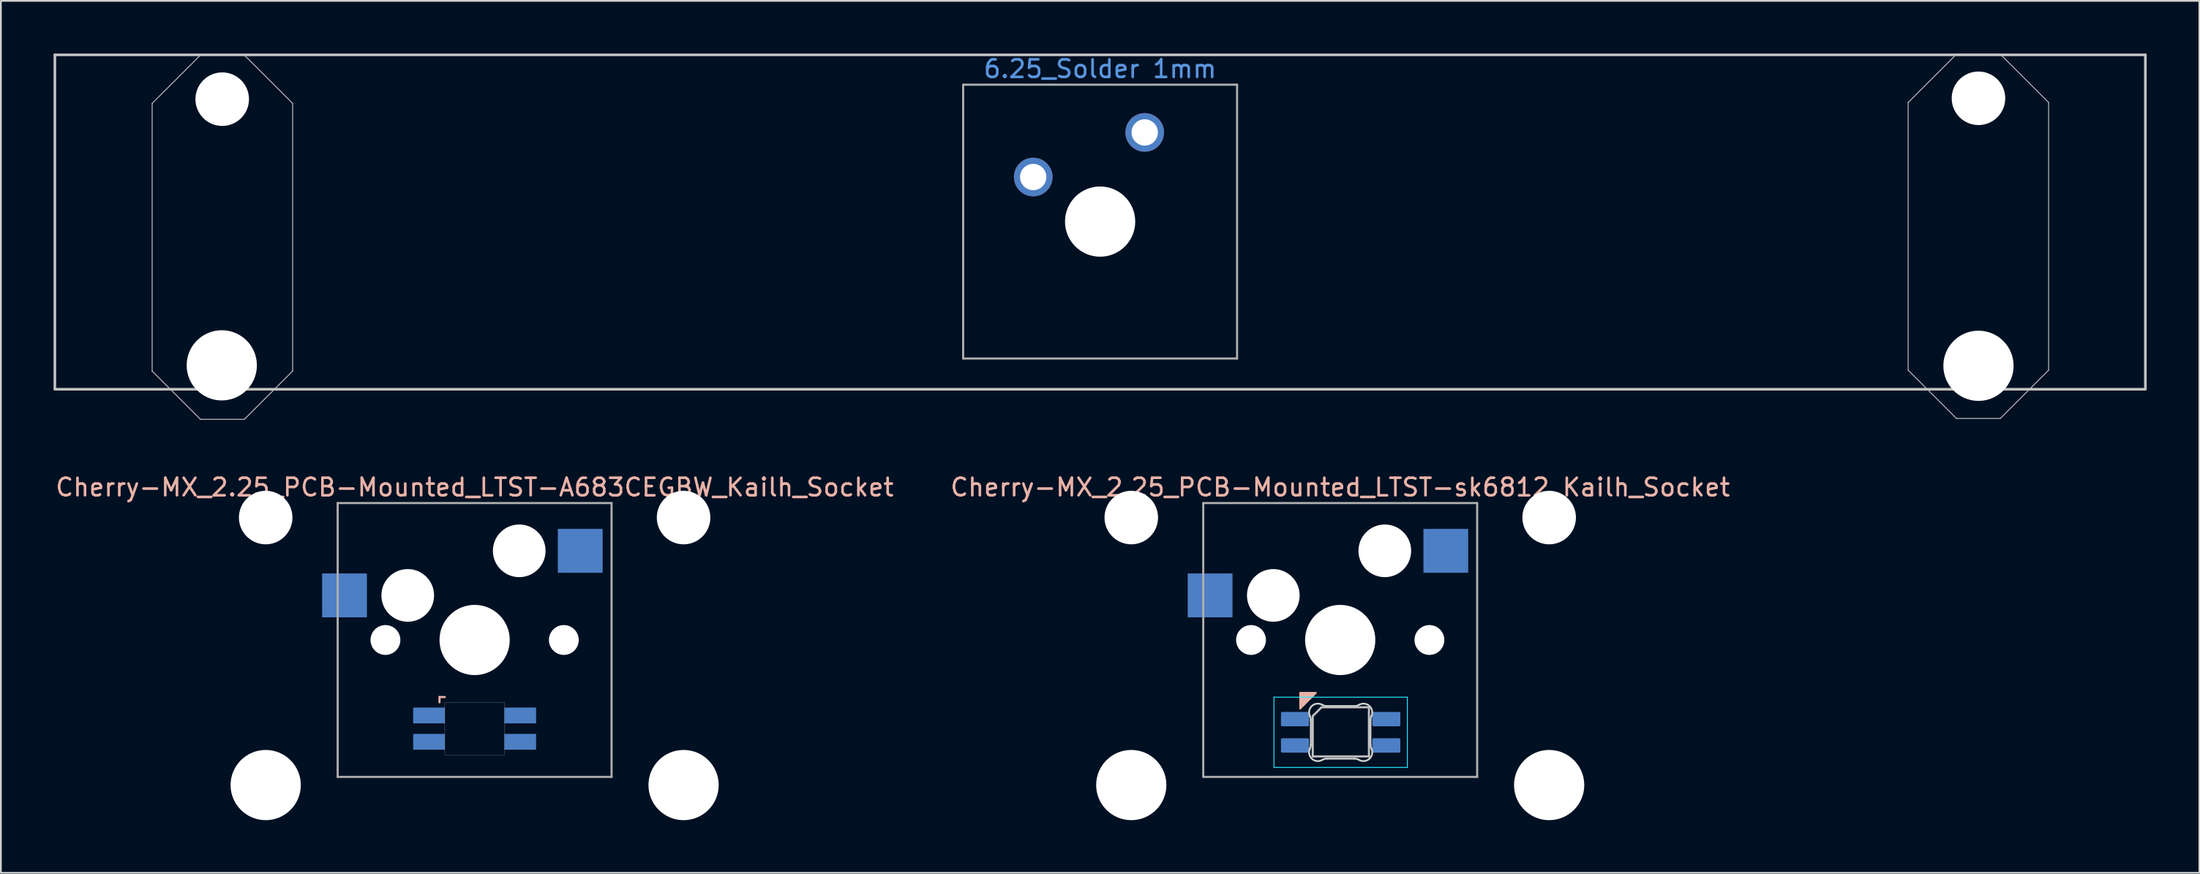
<source format=kicad_pcb>
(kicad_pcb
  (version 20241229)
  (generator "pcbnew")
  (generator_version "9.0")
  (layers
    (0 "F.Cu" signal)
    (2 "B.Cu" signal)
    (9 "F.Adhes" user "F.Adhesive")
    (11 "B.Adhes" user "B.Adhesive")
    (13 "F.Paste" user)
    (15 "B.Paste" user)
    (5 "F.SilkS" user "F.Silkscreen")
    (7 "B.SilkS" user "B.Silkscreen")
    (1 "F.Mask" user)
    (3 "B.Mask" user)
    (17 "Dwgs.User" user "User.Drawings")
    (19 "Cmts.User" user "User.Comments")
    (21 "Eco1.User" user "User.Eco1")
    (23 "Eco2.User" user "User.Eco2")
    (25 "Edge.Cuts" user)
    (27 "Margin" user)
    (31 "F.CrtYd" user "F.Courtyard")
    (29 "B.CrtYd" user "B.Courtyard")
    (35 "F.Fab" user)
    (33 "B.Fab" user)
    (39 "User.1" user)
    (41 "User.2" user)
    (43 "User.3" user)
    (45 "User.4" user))
  (footprint "Cherry-MX_2.25_PCB-Mounted_LTST-A683CEGBW_Kailh_Socket"
    (layer "F.Cu")
    (at 23.982 33.412)
    (property "Reference" "Cherry-MX_2.25_PCB-Mounted_LTST-A683CEGBW_Kailh_Socket" (at 0 -8.7 0) (layer "B.SilkS") (effects (font (size 1 1) (thickness 0.15))))
    (attr smd)
    (fp_line (start -2 3.25) (end -2 3.55) (stroke (width 0.12) (type solid)) (layer "B.SilkS"))
    (fp_line (start -1.7 3.25) (end -2 3.25) (stroke (width 0.12) (type solid)) (layer "B.SilkS"))
    (fp_poly (pts (xy 1.7 6.55) (xy -1.7 6.55) (xy -1.7 3.55) (xy 1.7 3.55)) (stroke (width 0.01) (type solid)) (fill no) (layer "Edge.Cuts"))
    (fp_line (start -7.8 -7.8) (end 7.8 -7.8) (stroke (width 0.12) (type solid)) (layer "F.Fab"))
    (fp_line (start -7.8 7.8) (end -7.8 -7.8) (stroke (width 0.12) (type solid)) (layer "F.Fab"))
    (fp_line (start 7.8 7.8) (end -7.8 7.8) (stroke (width 0.12) (type solid)) (layer "F.Fab"))
    (fp_line (start 7.8 7.8) (end 7.8 -7.8) (stroke (width 0.12) (type solid)) (layer "F.Fab"))
    (pad "" np_thru_hole circle (at -11.9 -6.975) (size 3.05 3.05) (drill 3.05) (layers "*.Cu" "*.Mask"))
    (pad "" np_thru_hole circle (at -11.9 8.265) (size 4 4) (drill 4) (layers "*.Cu" "*.Mask"))
    (pad "" np_thru_hole circle (at -5.08 0) (size 1.7 1.7) (drill 1.7) (layers "*.Cu" "*.Mask"))
    (pad "" np_thru_hole circle (at -3.81 -2.54) (size 3 3) (drill 3) (layers "*.Cu" "*.Mask"))
    (pad "" np_thru_hole circle (at 0 0) (size 4 4) (drill 4) (layers "*.Cu" "*.Mask"))
    (pad "" np_thru_hole circle (at 2.54 -5.08) (size 3 3) (drill 3) (layers "*.Cu" "*.Mask"))
    (pad "" np_thru_hole circle (at 5.08 0) (size 1.7 1.7) (drill 1.7) (layers "*.Cu" "*.Mask"))
    (pad "" np_thru_hole circle (at 11.9 -6.975) (size 3.05 3.05) (drill 3.05) (layers "*.Cu" "*.Mask"))
    (pad "" np_thru_hole circle (at 11.9 8.265) (size 4 4) (drill 4) (layers "*.Cu" "*.Mask"))
    (pad "1" smd rect (at -2.6 4.3) (size 1.8 0.9) (layers "B.Cu" "B.Mask" "B.Paste"))
    (pad "2" smd rect (at -2.6 5.8) (size 1.8 0.9) (layers "B.Cu" "B.Mask" "B.Paste"))
    (pad "3" smd rect (at 2.6 4.3) (size 1.8 0.9) (layers "B.Cu" "B.Mask" "B.Paste"))
    (pad "4" smd rect (at 2.6 5.8) (size 1.8 0.9) (layers "B.Cu" "B.Mask" "B.Paste"))
    (pad "5" smd rect (at -7.41 -2.54) (size 2.55 2.5) (layers "B.Cu" "B.Mask" "B.Paste"))
    (pad "6" smd rect (at 6.015 -5.08) (size 2.55 2.5) (layers "B.Cu" "B.Mask" "B.Paste")))
  (footprint "6.25_Solder 1mm"
    (layer "F.Cu")
    (at 59.606 9.575)
    (property "Reference" "6.25_Solder 1mm" (at 0 -8.7 0) (layer "Cmts.User") (effects (font (size 1 1) (thickness 0.15))))
    (attr smd)
    (fp_line (start -59.531 -9.5) (end 59.531 -9.5) (stroke (width 0.15) (type solid)) (layer "Dwgs.User"))
    (fp_line (start -59.531 9.55) (end -59.531 -9.5) (stroke (width 0.15) (type solid)) (layer "Dwgs.User"))
    (fp_line (start -53.99 -6.735) (end -53.99 8.515) (stroke (width 0.05) (type solid)) (layer "Dwgs.User"))
    (fp_line (start -53.99 -6.735) (end -51.24 -9.485) (stroke (width 0.05) (type solid)) (layer "Dwgs.User"))
    (fp_line (start -51.24 -9.485) (end -48.74 -9.485) (stroke (width 0.05) (type solid)) (layer "Dwgs.User"))
    (fp_line (start -51.24 11.265) (end -53.99 8.515) (stroke (width 0.05) (type solid)) (layer "Dwgs.User"))
    (fp_line (start -48.74 11.265) (end -51.24 11.265) (stroke (width 0.05) (type solid)) (layer "Dwgs.User"))
    (fp_line (start -45.99 8.515) (end -48.74 11.265) (stroke (width 0.05) (type solid)) (layer "Dwgs.User"))
    (fp_line (start -45.99 -6.735) (end -48.74 -9.485) (stroke (width 0.05) (type solid)) (layer "Dwgs.User"))
    (fp_line (start -45.99 -6.735) (end -45.99 8.515) (stroke (width 0.05) (type solid)) (layer "Dwgs.User"))
    (fp_line (start 46.02 -6.785) (end 46.02 8.465) (stroke (width 0.05) (type solid)) (layer "Dwgs.User"))
    (fp_line (start 46.02 -6.785) (end 48.77 -9.535) (stroke (width 0.05) (type solid)) (layer "Dwgs.User"))
    (fp_line (start 48.77 -9.535) (end 51.27 -9.535) (stroke (width 0.05) (type solid)) (layer "Dwgs.User"))
    (fp_line (start 48.77 11.215) (end 46.02 8.465) (stroke (width 0.05) (type solid)) (layer "Dwgs.User"))
    (fp_line (start 51.27 11.215) (end 48.77 11.215) (stroke (width 0.05) (type solid)) (layer "Dwgs.User"))
    (fp_line (start 54.02 8.465) (end 51.27 11.215) (stroke (width 0.05) (type solid)) (layer "Dwgs.User"))
    (fp_line (start 54.02 -6.785) (end 51.27 -9.535) (stroke (width 0.05) (type solid)) (layer "Dwgs.User"))
    (fp_line (start 54.02 -6.785) (end 54.02 8.465) (stroke (width 0.05) (type solid)) (layer "Dwgs.User"))
    (fp_line (start 59.531 -9.5) (end 59.531 9.55) (stroke (width 0.15) (type solid)) (layer "Dwgs.User"))
    (fp_line (start 59.531 9.55) (end -59.531 9.55) (stroke (width 0.15) (type solid)) (layer "Dwgs.User"))
    (fp_line (start -7.8 -7.8) (end 7.8 -7.8) (stroke (width 0.12) (type solid)) (layer "F.Fab"))
    (fp_line (start -7.8 7.8) (end -7.8 -7.8) (stroke (width 0.12) (type solid)) (layer "F.Fab"))
    (fp_line (start 7.8 7.8) (end -7.8 7.8) (stroke (width 0.12) (type solid)) (layer "F.Fab"))
    (fp_line (start 7.8 7.8) (end 7.8 -7.8) (stroke (width 0.12) (type solid)) (layer "F.Fab"))
    (pad "" np_thru_hole circle (at -50.025 8.189) (size 4 4) (drill 4) (layers "*.Cu" "*.Mask"))
    (pad "" np_thru_hole circle (at -50 -6.975) (size 3.05 3.05) (drill 3.05) (layers "*.Cu" "*.Mask"))
    (pad "" np_thru_hole circle (at 0 0) (size 4 4) (drill 4) (layers "*.Cu" "*.Mask"))
    (pad "" np_thru_hole circle (at 50.025 -7.025) (size 3.05 3.05) (drill 3.05) (layers "*.Cu" "*.Mask"))
    (pad "" np_thru_hole circle (at 50.025 8.215) (size 4 4) (drill 4) (layers "*.Cu" "*.Mask"))
    (pad "1" thru_hole circle (at -3.81 -2.54) (size 2.2 2.2) (drill 1.5) (layers "*.Cu" "*.Mask"))
    (pad "2" thru_hole circle (at 2.54 -5.08) (size 2.2 2.2) (drill 1.5) (layers "*.Cu" "*.Mask")))
  (footprint "Cherry-MX_2.25_PCB-Mounted_LTST-sk6812_Kailh_Socket"
    (layer "F.Cu")
    (at 73.28 33.412)
    (property "Reference" "Cherry-MX_2.25_PCB-Mounted_LTST-sk6812_Kailh_Socket" (at 0 -8.7 0) (layer "B.SilkS") (effects (font (size 1 1) (thickness 0.15))))
    (attr smd)
    (fp_poly (pts (xy -2.281 3.909) (xy -1.381 3.009) (xy -2.281 3.009)) (stroke (width 0.1) (type solid)) (fill yes) (layer "B.SilkS"))
    (fp_line (start -1.564 4.334) (end -1.564 6.634) (stroke (width 0.12) (type solid)) (layer "Dwgs.User"))
    (fp_line (start -1.564 4.334) (end -1.064 3.834) (stroke (width 0.12) (type solid)) (layer "Dwgs.User"))
    (fp_line (start -1.564 6.634) (end 1.636 6.634) (stroke (width 0.12) (type solid)) (layer "Dwgs.User"))
    (fp_line (start 1.636 3.834) (end -1.064 3.834) (stroke (width 0.12) (type solid)) (layer "Dwgs.User"))
    (fp_line (start 1.636 6.634) (end 1.636 3.834) (stroke (width 0.12) (type solid)) (layer "Dwgs.User"))
    (fp_line (start -1.675 5.966) (end -1.675 4.56) (stroke (width 0.1) (type solid)) (layer "Edge.Cuts"))
    (fp_line (start -0.769 3.763) (end 0.82 3.763) (stroke (width 0.1) (type solid)) (layer "Edge.Cuts"))
    (fp_line (start 0.82 6.763) (end -0.769 6.763) (stroke (width 0.1) (type solid)) (layer "Edge.Cuts"))
    (fp_line (start 1.725 4.56) (end 1.725 5.966) (stroke (width 0.1) (type solid)) (layer "Edge.Cuts"))
    (fp_arc (start -1.724104 4.343116) (mid -1.612653 3.758829) (end -1.021311 3.69458) (stroke (width 0.1) (type solid)) (layer "Edge.Cuts"))
    (fp_arc (start -1.724084 4.343159) (mid -1.687127 4.448811) (end -1.674599 4.560037) (stroke (width 0.1) (type solid)) (layer "Edge.Cuts"))
    (fp_arc (start -1.674599 5.965722) (mid -1.687127 6.076947) (end -1.724084 6.182599) (stroke (width 0.1) (type solid)) (layer "Edge.Cuts"))
    (fp_arc (start -1.021311 6.831176) (mid -1.61267 6.766913) (end -1.724084 6.182599) (stroke (width 0.1) (type solid)) (layer "Edge.Cuts"))
    (fp_arc (start -1.02131 6.831178) (mid -0.899722 6.780256) (end -0.769052 6.762879) (stroke (width 0.1) (type solid)) (layer "Edge.Cuts"))
    (fp_arc (start -0.769053 3.762879) (mid -0.899723 3.745502) (end -1.021311 3.69458) (stroke (width 0.1) (type solid)) (layer "Edge.Cuts"))
    (fp_arc (start 0.819852 6.762879) (mid 0.950523 6.780256) (end 1.072111 6.831178) (stroke (width 0.1) (type solid)) (layer "Edge.Cuts"))
    (fp_arc (start 1.072111 3.694581) (mid 0.950523 3.745503) (end 0.819853 3.76288) (stroke (width 0.1) (type solid)) (layer "Edge.Cuts"))
    (fp_arc (start 1.072111 3.694581) (mid 1.663471 3.758845) (end 1.774884 4.343159) (stroke (width 0.1) (type solid)) (layer "Edge.Cuts"))
    (fp_arc (start 1.725399 4.560036) (mid 1.737927 4.448811) (end 1.774884 4.343159) (stroke (width 0.1) (type solid)) (layer "Edge.Cuts"))
    (fp_arc (start 1.774884 6.182598) (mid 1.663472 6.766914) (end 1.072111 6.831178) (stroke (width 0.1) (type solid)) (layer "Edge.Cuts"))
    (fp_arc (start 1.774884 6.182599) (mid 1.737927 6.076947) (end 1.725399 5.965721) (stroke (width 0.1) (type solid)) (layer "Edge.Cuts"))
    (fp_line (start -3.775 3.259) (end -3.775 7.259) (stroke (width 0.05) (type solid)) (layer "B.CrtYd"))
    (fp_line (start -3.775 7.259) (end 3.825 7.259) (stroke (width 0.05) (type solid)) (layer "B.CrtYd"))
    (fp_line (start 3.825 3.259) (end -3.775 3.259) (stroke (width 0.05) (type solid)) (layer "B.CrtYd"))
    (fp_line (start 3.825 7.259) (end 3.825 3.259) (stroke (width 0.05) (type solid)) (layer "B.CrtYd"))
    (fp_line (start -7.8 -7.8) (end 7.8 -7.8) (stroke (width 0.12) (type solid)) (layer "F.Fab"))
    (fp_line (start -7.8 7.8) (end -7.8 -7.8) (stroke (width 0.12) (type solid)) (layer "F.Fab"))
    (fp_line (start 7.8 7.8) (end -7.8 7.8) (stroke (width 0.12) (type solid)) (layer "F.Fab"))
    (fp_line (start 7.8 7.8) (end 7.8 -7.8) (stroke (width 0.12) (type solid)) (layer "F.Fab"))
    (pad "" np_thru_hole circle (at -11.9 -6.975) (size 3.05 3.05) (drill 3.05) (layers "*.Cu" "*.Mask"))
    (pad "" np_thru_hole circle (at -11.9 8.265) (size 4 4) (drill 4) (layers "*.Cu" "*.Mask"))
    (pad "" np_thru_hole circle (at -5.08 0) (size 1.7 1.7) (drill 1.7) (layers "*.Cu" "*.Mask"))
    (pad "" np_thru_hole circle (at -3.81 -2.54) (size 3 3) (drill 3) (layers "*.Cu" "*.Mask"))
    (pad "" np_thru_hole circle (at 0 0) (size 4 4) (drill 4) (layers "*.Cu" "*.Mask"))
    (pad "" np_thru_hole circle (at 2.54 -5.08) (size 3 3) (drill 3) (layers "*.Cu" "*.Mask"))
    (pad "" np_thru_hole circle (at 5.08 0) (size 1.7 1.7) (drill 1.7) (layers "*.Cu" "*.Mask"))
    (pad "" np_thru_hole circle (at 11.9 -6.975) (size 3.05 3.05) (drill 3.05) (layers "*.Cu" "*.Mask"))
    (pad "" np_thru_hole circle (at 11.9 8.265) (size 4 4) (drill 4) (layers "*.Cu" "*.Mask"))
    (pad "1" smd roundrect (at -2.575 4.509 270) (size 0.82 1.6) (layers "B.Cu" "B.Mask" "B.Paste") (roundrect_rratio 0.1))
    (pad "2" smd roundrect (at -2.575 6.009 270) (size 0.82 1.6) (layers "B.Cu" "B.Mask" "B.Paste") (roundrect_rratio 0.1))
    (pad "3" smd roundrect (at 2.625 4.509 270) (size 0.82 1.6) (layers "B.Cu" "B.Mask" "B.Paste") (roundrect_rratio 0.1))
    (pad "4" smd roundrect (at 2.625 6.009 270) (size 0.82 1.6) (layers "B.Cu" "B.Mask" "B.Paste") (roundrect_rratio 0.1))
    (pad "5" smd rect (at -7.41 -2.54) (size 2.55 2.5) (layers "B.Cu" "B.Mask" "B.Paste"))
    (pad "6" smd rect (at 6.015 -5.08) (size 2.55 2.5) (layers "B.Cu" "B.Mask" "B.Paste")))
  (gr_rect
    (start -3 -3)
    (end 122.213 46.678)
    (stroke (width 0.1) (type default))
    (fill no)
    (layer "Edge.Cuts")))
</source>
